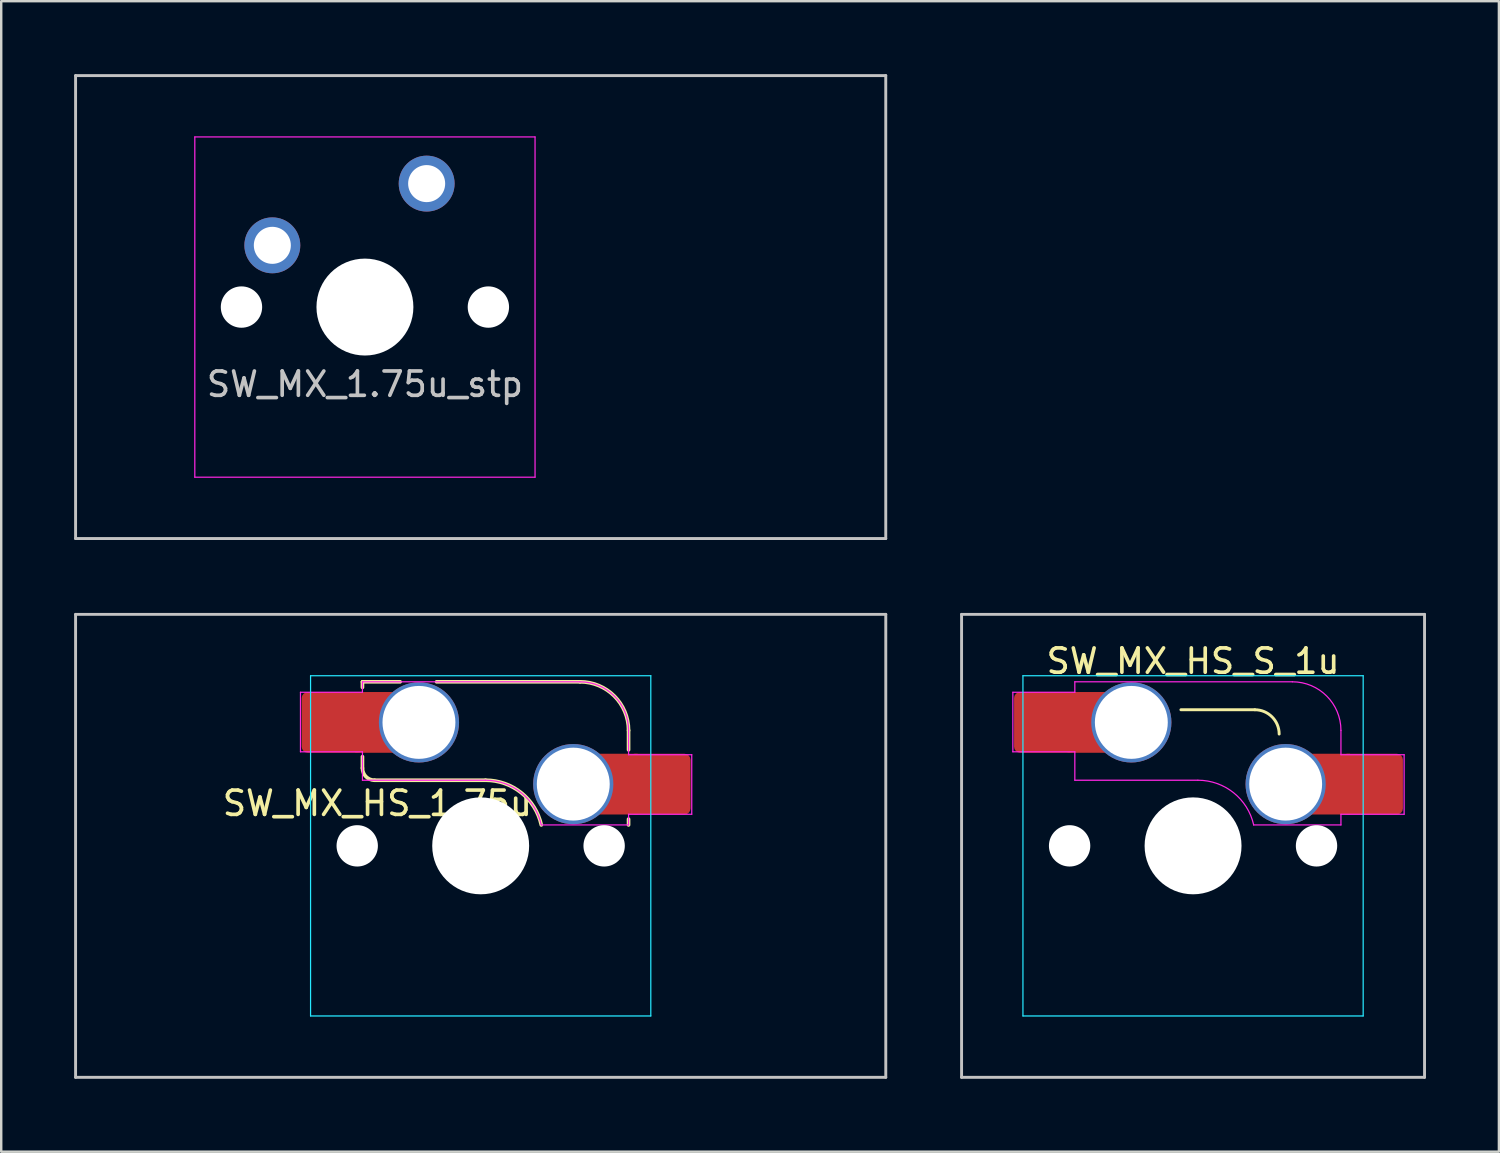
<source format=kicad_pcb>
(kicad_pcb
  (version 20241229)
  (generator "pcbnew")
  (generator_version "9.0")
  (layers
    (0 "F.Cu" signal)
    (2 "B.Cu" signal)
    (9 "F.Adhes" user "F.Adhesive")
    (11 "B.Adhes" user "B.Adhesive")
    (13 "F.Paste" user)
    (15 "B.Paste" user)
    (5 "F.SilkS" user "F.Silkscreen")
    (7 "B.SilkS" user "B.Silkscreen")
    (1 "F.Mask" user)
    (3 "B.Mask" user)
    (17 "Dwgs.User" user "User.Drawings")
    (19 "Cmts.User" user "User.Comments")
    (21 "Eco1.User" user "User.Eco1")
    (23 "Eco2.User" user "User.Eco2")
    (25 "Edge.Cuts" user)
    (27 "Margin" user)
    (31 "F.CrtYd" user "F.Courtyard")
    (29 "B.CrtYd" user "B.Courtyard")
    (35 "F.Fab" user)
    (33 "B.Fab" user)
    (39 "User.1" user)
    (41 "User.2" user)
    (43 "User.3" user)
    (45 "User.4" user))
  (footprint "SW_MX_1.75u_stp"
    (layer "F.Cu")
    (at 11.966 9.585)
    (property "Reference" "SW_MX_1.75u_stp" (at 0 3.175 0) (layer "Dwgs.User") (effects (font (size 1 1) (thickness 0.15))))
    (attr through_hole exclude_from_pos_files exclude_from_bom)
    (fp_line (start -11.906 -9.525) (end -11.906 9.525) (stroke (width 0.12) (type solid)) (layer "Dwgs.User"))
    (fp_line (start -11.906 9.525) (end 21.431 9.525) (stroke (width 0.12) (type solid)) (layer "Dwgs.User"))
    (fp_line (start 21.431 -9.525) (end -11.906 -9.525) (stroke (width 0.12) (type solid)) (layer "Dwgs.User"))
    (fp_line (start 21.431 9.525) (end 21.431 -9.525) (stroke (width 0.12) (type solid)) (layer "Dwgs.User"))
    (fp_line (start -7 6.5) (end -7 -6.5) (stroke (width 0.05) (type solid)) (layer "Eco2.User"))
    (fp_line (start -6.5 -7) (end 6.5 -7) (stroke (width 0.05) (type solid)) (layer "Eco2.User"))
    (fp_line (start 6.5 7) (end -6.5 7) (stroke (width 0.05) (type solid)) (layer "Eco2.User"))
    (fp_line (start 7 -6.5) (end 7 6.5) (stroke (width 0.05) (type solid)) (layer "Eco2.User"))
    (fp_arc (start -7 -6.5) (mid -6.853553 -6.853553) (end -6.5 -7) (stroke (width 0.05) (type solid)) (layer "Eco2.User"))
    (fp_arc (start -6.5 7) (mid -6.853553 6.853553) (end -7 6.5) (stroke (width 0.05) (type solid)) (layer "Eco2.User"))
    (fp_arc (start 6.5 -7) (mid 6.853553 -6.853553) (end 7 -6.5) (stroke (width 0.05) (type solid)) (layer "Eco2.User"))
    (fp_arc (start 6.997236 6.498884) (mid 6.850789 6.852437) (end 6.497236 6.998884) (stroke (width 0.05) (type solid)) (layer "Eco2.User"))
    (fp_line (start -7 -7) (end -7 7) (stroke (width 0.05) (type solid)) (layer "F.CrtYd"))
    (fp_line (start -7 7) (end 7 7) (stroke (width 0.05) (type solid)) (layer "F.CrtYd"))
    (fp_line (start 7 -7) (end -7 -7) (stroke (width 0.05) (type solid)) (layer "F.CrtYd"))
    (fp_line (start 7 7) (end 7 -7) (stroke (width 0.05) (type solid)) (layer "F.CrtYd"))
    (pad "" np_thru_hole circle (at -5.08 0) (size 1.702 1.702) (drill 1.702) (layers "*.Cu" "*.Mask"))
    (pad "" np_thru_hole circle (at 0 0) (size 3.988 3.988) (drill 3.988) (layers "*.Cu" "*.Mask"))
    (pad "" np_thru_hole circle (at 5.08 0) (size 1.702 1.702) (drill 1.702) (layers "*.Cu" "*.Mask"))
    (pad "1" thru_hole circle (at -3.81 -2.54) (size 2.3 2.3) (drill 1.524) (layers "*.Cu" "B.Mask"))
    (pad "2" thru_hole circle (at 2.54 -5.08) (size 2.3 2.3) (drill 1.524) (layers "*.Cu" "B.Mask")))
  (footprint "SW_MX_HS_S_1u"
    (layer "F.Cu")
    (at 46.042 31.755)
    (property "Reference" "SW_MX_HS_S_1u" (at 0 -7.6 0) (layer "F.SilkS") (effects (font (size 1 1) (thickness 0.15))))
    (attr smd)
    (fp_line (start -0.5 -5.6) (end 2.543 -5.6) (stroke (width 0.12) (type solid)) (layer "F.SilkS"))
    (fp_arc (start 2.542893 -5.6) (mid 3.25 -5.307107) (end 3.542893 -4.6) (stroke (width 0.12) (type solid)) (layer "F.SilkS"))
    (fp_line (start -9.525 -9.525) (end 9.525 -9.525) (stroke (width 0.12) (type solid)) (layer "Dwgs.User"))
    (fp_line (start -9.525 9.525) (end -9.525 -9.525) (stroke (width 0.12) (type solid)) (layer "Dwgs.User"))
    (fp_line (start 9.525 -9.525) (end 9.525 9.525) (stroke (width 0.12) (type solid)) (layer "Dwgs.User"))
    (fp_line (start 9.525 9.525) (end -9.525 9.525) (stroke (width 0.12) (type solid)) (layer "Dwgs.User"))
    (fp_line (start -7 -6.5) (end -7 6.5) (stroke (width 0.05) (type solid)) (layer "Eco2.User"))
    (fp_line (start -6.5 7) (end 6.5 7) (stroke (width 0.05) (type solid)) (layer "Eco2.User"))
    (fp_line (start 6.5 -7) (end -6.5 -7) (stroke (width 0.05) (type solid)) (layer "Eco2.User"))
    (fp_line (start 7 6.5) (end 7 -6.5) (stroke (width 0.05) (type solid)) (layer "Eco2.User"))
    (fp_arc (start -7 -6.5) (mid -6.853553 -6.853553) (end -6.5 -7) (stroke (width 0.05) (type solid)) (layer "Eco2.User"))
    (fp_arc (start -6.497236 6.998884) (mid -6.850789 6.852437) (end -6.997236 6.498884) (stroke (width 0.05) (type solid)) (layer "Eco2.User"))
    (fp_arc (start 6.5 -7) (mid 6.853553 -6.853553) (end 7 -6.5) (stroke (width 0.05) (type solid)) (layer "Eco2.User"))
    (fp_arc (start 7 6.5) (mid 6.853553 6.853553) (end 6.5 7) (stroke (width 0.05) (type solid)) (layer "Eco2.User"))
    (fp_line (start -7 -7) (end 7 -7) (stroke (width 0.05) (type solid)) (layer "B.CrtYd"))
    (fp_line (start -7 7) (end -7 -7) (stroke (width 0.05) (type solid)) (layer "B.CrtYd"))
    (fp_line (start 7 -7) (end 7 7) (stroke (width 0.05) (type solid)) (layer "B.CrtYd"))
    (fp_line (start 7 7) (end -7 7) (stroke (width 0.05) (type solid)) (layer "B.CrtYd"))
    (fp_line (start -7.415 -6.32) (end -4.865 -6.32) (stroke (width 0.05) (type solid)) (layer "F.CrtYd"))
    (fp_line (start -7.415 -3.87) (end -7.415 -6.32) (stroke (width 0.05) (type solid)) (layer "F.CrtYd"))
    (fp_line (start -4.865 -6.75) (end -4.865 -6.32) (stroke (width 0.05) (type solid)) (layer "F.CrtYd"))
    (fp_line (start -4.865 -3.87) (end -7.415 -3.87) (stroke (width 0.05) (type solid)) (layer "F.CrtYd"))
    (fp_line (start -4.865 -3.87) (end -4.865 -2.7) (stroke (width 0.05) (type solid)) (layer "F.CrtYd"))
    (fp_line (start -4.865 -2.7) (end 0.2 -2.7) (stroke (width 0.05) (type solid)) (layer "F.CrtYd"))
    (fp_line (start 4.085 -6.75) (end -4.865 -6.75) (stroke (width 0.05) (type solid)) (layer "F.CrtYd"))
    (fp_line (start 6.085 -3.75) (end 6.085 -4.75) (stroke (width 0.05) (type solid)) (layer "F.CrtYd"))
    (fp_line (start 6.085 -3.75) (end 8.685 -3.75) (stroke (width 0.05) (type solid)) (layer "F.CrtYd"))
    (fp_line (start 6.085 -1.3) (end 6.085 -0.86) (stroke (width 0.05) (type solid)) (layer "F.CrtYd"))
    (fp_line (start 6.085 -0.86) (end 2.494 -0.86) (stroke (width 0.05) (type solid)) (layer "F.CrtYd"))
    (fp_line (start 8.685 -3.75) (end 8.685 -1.3) (stroke (width 0.05) (type solid)) (layer "F.CrtYd"))
    (fp_line (start 8.685 -1.3) (end 6.085 -1.3) (stroke (width 0.05) (type solid)) (layer "F.CrtYd"))
    (fp_arc (start 0.2 -2.70022) (mid 1.670503 -2.183399) (end 2.494322 -0.86022) (stroke (width 0.05) (type solid)) (layer "F.CrtYd"))
    (fp_arc (start 4.085176 -6.75022) (mid 5.49939 -6.164434) (end 6.085176 -4.75022) (stroke (width 0.05) (type solid)) (layer "F.CrtYd"))
    (pad "" np_thru_hole circle (at -5.08 0) (size 1.702 1.702) (drill 1.702) (layers "*.Cu" "*.Mask"))
    (pad "" np_thru_hole circle (at 0 0) (size 3.988 3.988) (drill 3.988) (layers "*.Cu" "*.Mask"))
    (pad "" np_thru_hole circle (at 5.08 0) (size 1.702 1.702) (drill 1.702) (layers "*.Cu" "*.Mask"))
    (pad "1" thru_hole circle (at 3.81 -2.54) (size 3.3 3.3) (drill 3) (layers "*.Cu" "*.Mask"))
    (pad "1" smd rect (at 5.635 -2.54 180) (size 1.65 2.5) (layers "F.Cu"))
    (pad "1" smd roundrect (at 7.36 -2.54) (size 2.55 2.5) (layers "F.Cu" "F.Mask" "F.Paste") (roundrect_rratio 0.1))
    (pad "2" smd roundrect (at -6.09 -5.08) (size 2.55 2.5) (layers "F.Cu" "F.Mask" "F.Paste") (roundrect_rratio 0.1))
    (pad "2" smd rect (at -4.34 -5.08) (size 1.65 2.5) (layers "F.Cu"))
    (pad "2" thru_hole circle (at -2.54 -5.08) (size 3.3 3.3) (drill 3) (layers "*.Cu" "*.Mask")))
  (footprint "SW_MX_HS_1.75u"
    (layer "F.Cu")
    (at 16.729 31.755)
    (property "Reference" "SW_MX_HS_1.75u" (at -4.25 -1.75 0) (layer "F.SilkS") (effects (font (size 1 1) (thickness 0.15))))
    (attr smd)
    (fp_line (start -4.865 -6.75) (end -4.865 -6.52) (stroke (width 0.15) (type solid)) (layer "F.SilkS"))
    (fp_line (start -4.865 -3.67) (end -4.865 -3.2) (stroke (width 0.15) (type solid)) (layer "F.SilkS"))
    (fp_line (start -4.365 -2.7) (end 0.2 -2.7) (stroke (width 0.15) (type solid)) (layer "F.SilkS"))
    (fp_line (start -3.315 -6.75) (end -4.865 -6.75) (stroke (width 0.15) (type solid)) (layer "F.SilkS"))
    (fp_line (start 4.085 -6.75) (end -1.815 -6.75) (stroke (width 0.15) (type solid)) (layer "F.SilkS"))
    (fp_line (start 6.085 -3.95) (end 6.085 -4.75) (stroke (width 0.15) (type solid)) (layer "F.SilkS"))
    (fp_line (start 6.085 -1.1) (end 6.085 -0.86) (stroke (width 0.15) (type solid)) (layer "F.SilkS"))
    (fp_arc (start -4.364824 -2.70022) (mid -4.718377 -2.846667) (end -4.864824 -3.20022) (stroke (width 0.15) (type solid)) (layer "F.SilkS"))
    (fp_arc (start 0.2 -2.70022) (mid 1.670693 -2.183637) (end 2.494322 -0.86022) (stroke (width 0.15) (type solid)) (layer "F.SilkS"))
    (fp_arc (start 4.085176 -6.75022) (mid 5.49939 -6.164434) (end 6.085176 -4.75022) (stroke (width 0.15) (type solid)) (layer "F.SilkS"))
    (fp_line (start -16.669 -9.525) (end 16.669 -9.525) (stroke (width 0.12) (type solid)) (layer "Dwgs.User"))
    (fp_line (start -16.669 9.525) (end -16.669 -9.525) (stroke (width 0.12) (type solid)) (layer "Dwgs.User"))
    (fp_line (start 16.669 -9.525) (end 16.669 9.525) (stroke (width 0.12) (type solid)) (layer "Dwgs.User"))
    (fp_line (start 16.669 9.525) (end -16.669 9.525) (stroke (width 0.12) (type solid)) (layer "Dwgs.User"))
    (fp_line (start -7 -6.5) (end -7 6.5) (stroke (width 0.05) (type solid)) (layer "Eco2.User"))
    (fp_line (start -6.5 7) (end 6.5 7) (stroke (width 0.05) (type solid)) (layer "Eco2.User"))
    (fp_line (start 6.5 -7) (end -6.5 -7) (stroke (width 0.05) (type solid)) (layer "Eco2.User"))
    (fp_line (start 7 6.5) (end 7 -6.5) (stroke (width 0.05) (type solid)) (layer "Eco2.User"))
    (fp_arc (start -7 -6.5) (mid -6.853553 -6.853553) (end -6.5 -7) (stroke (width 0.05) (type solid)) (layer "Eco2.User"))
    (fp_arc (start -6.497236 6.998884) (mid -6.850789 6.852437) (end -6.997236 6.498884) (stroke (width 0.05) (type solid)) (layer "Eco2.User"))
    (fp_arc (start 6.5 -7) (mid 6.853553 -6.853553) (end 7 -6.5) (stroke (width 0.05) (type solid)) (layer "Eco2.User"))
    (fp_arc (start 7 6.5) (mid 6.853553 6.853553) (end 6.5 7) (stroke (width 0.05) (type solid)) (layer "Eco2.User"))
    (fp_line (start -7 -7) (end 7 -7) (stroke (width 0.05) (type solid)) (layer "B.CrtYd"))
    (fp_line (start -7 7) (end -7 -7) (stroke (width 0.05) (type solid)) (layer "B.CrtYd"))
    (fp_line (start 7 -7) (end 7 7) (stroke (width 0.05) (type solid)) (layer "B.CrtYd"))
    (fp_line (start 7 7) (end -7 7) (stroke (width 0.05) (type solid)) (layer "B.CrtYd"))
    (fp_line (start -7.415 -6.32) (end -4.865 -6.32) (stroke (width 0.05) (type solid)) (layer "F.CrtYd"))
    (fp_line (start -7.415 -3.87) (end -7.415 -6.32) (stroke (width 0.05) (type solid)) (layer "F.CrtYd"))
    (fp_line (start -4.865 -6.75) (end -4.865 -6.32) (stroke (width 0.05) (type solid)) (layer "F.CrtYd"))
    (fp_line (start -4.865 -3.87) (end -7.415 -3.87) (stroke (width 0.05) (type solid)) (layer "F.CrtYd"))
    (fp_line (start -4.865 -3.87) (end -4.865 -2.7) (stroke (width 0.05) (type solid)) (layer "F.CrtYd"))
    (fp_line (start -4.865 -2.7) (end 0.2 -2.7) (stroke (width 0.05) (type solid)) (layer "F.CrtYd"))
    (fp_line (start 4.085 -6.75) (end -4.865 -6.75) (stroke (width 0.05) (type solid)) (layer "F.CrtYd"))
    (fp_line (start 6.085 -3.75) (end 6.085 -4.75) (stroke (width 0.05) (type solid)) (layer "F.CrtYd"))
    (fp_line (start 6.085 -3.75) (end 8.685 -3.75) (stroke (width 0.05) (type solid)) (layer "F.CrtYd"))
    (fp_line (start 6.085 -1.3) (end 6.085 -0.86) (stroke (width 0.05) (type solid)) (layer "F.CrtYd"))
    (fp_line (start 6.085 -0.86) (end 2.494 -0.86) (stroke (width 0.05) (type solid)) (layer "F.CrtYd"))
    (fp_line (start 8.685 -3.75) (end 8.685 -1.3) (stroke (width 0.05) (type solid)) (layer "F.CrtYd"))
    (fp_line (start 8.685 -1.3) (end 6.085 -1.3) (stroke (width 0.05) (type solid)) (layer "F.CrtYd"))
    (fp_arc (start 0.2 -2.70022) (mid 1.670503 -2.183399) (end 2.494322 -0.86022) (stroke (width 0.05) (type solid)) (layer "F.CrtYd"))
    (fp_arc (start 4.085176 -6.75022) (mid 5.49939 -6.164434) (end 6.085176 -4.75022) (stroke (width 0.05) (type solid)) (layer "F.CrtYd"))
    (pad "" np_thru_hole circle (at -5.08 0) (size 1.702 1.702) (drill 1.702) (layers "*.Cu" "*.Mask"))
    (pad "" np_thru_hole circle (at 0 0) (size 3.988 3.988) (drill 3.988) (layers "*.Cu" "*.Mask"))
    (pad "" np_thru_hole circle (at 5.08 0) (size 1.702 1.702) (drill 1.702) (layers "*.Cu" "*.Mask"))
    (pad "1" thru_hole circle (at 3.81 -2.54) (size 3.3 3.3) (drill 3) (layers "*.Cu" "*.Mask"))
    (pad "1" smd rect (at 5.635 -2.54 180) (size 1.65 2.5) (layers "F.Cu"))
    (pad "1" smd roundrect (at 7.36 -2.54) (size 2.55 2.5) (layers "F.Cu" "F.Mask" "F.Paste") (roundrect_rratio 0.1))
    (pad "2" smd roundrect (at -6.09 -5.08) (size 2.55 2.5) (layers "F.Cu" "F.Mask" "F.Paste") (roundrect_rratio 0.1))
    (pad "2" smd rect (at -4.34 -5.08) (size 1.65 2.5) (layers "F.Cu"))
    (pad "2" thru_hole circle (at -2.54 -5.08) (size 3.3 3.3) (drill 3) (layers "*.Cu" "*.Mask")))
  (gr_rect
    (start -3 -3)
    (end 58.627 44.34)
    (stroke (width 0.1) (type default))
    (fill no)
    (layer "Edge.Cuts")))
</source>
